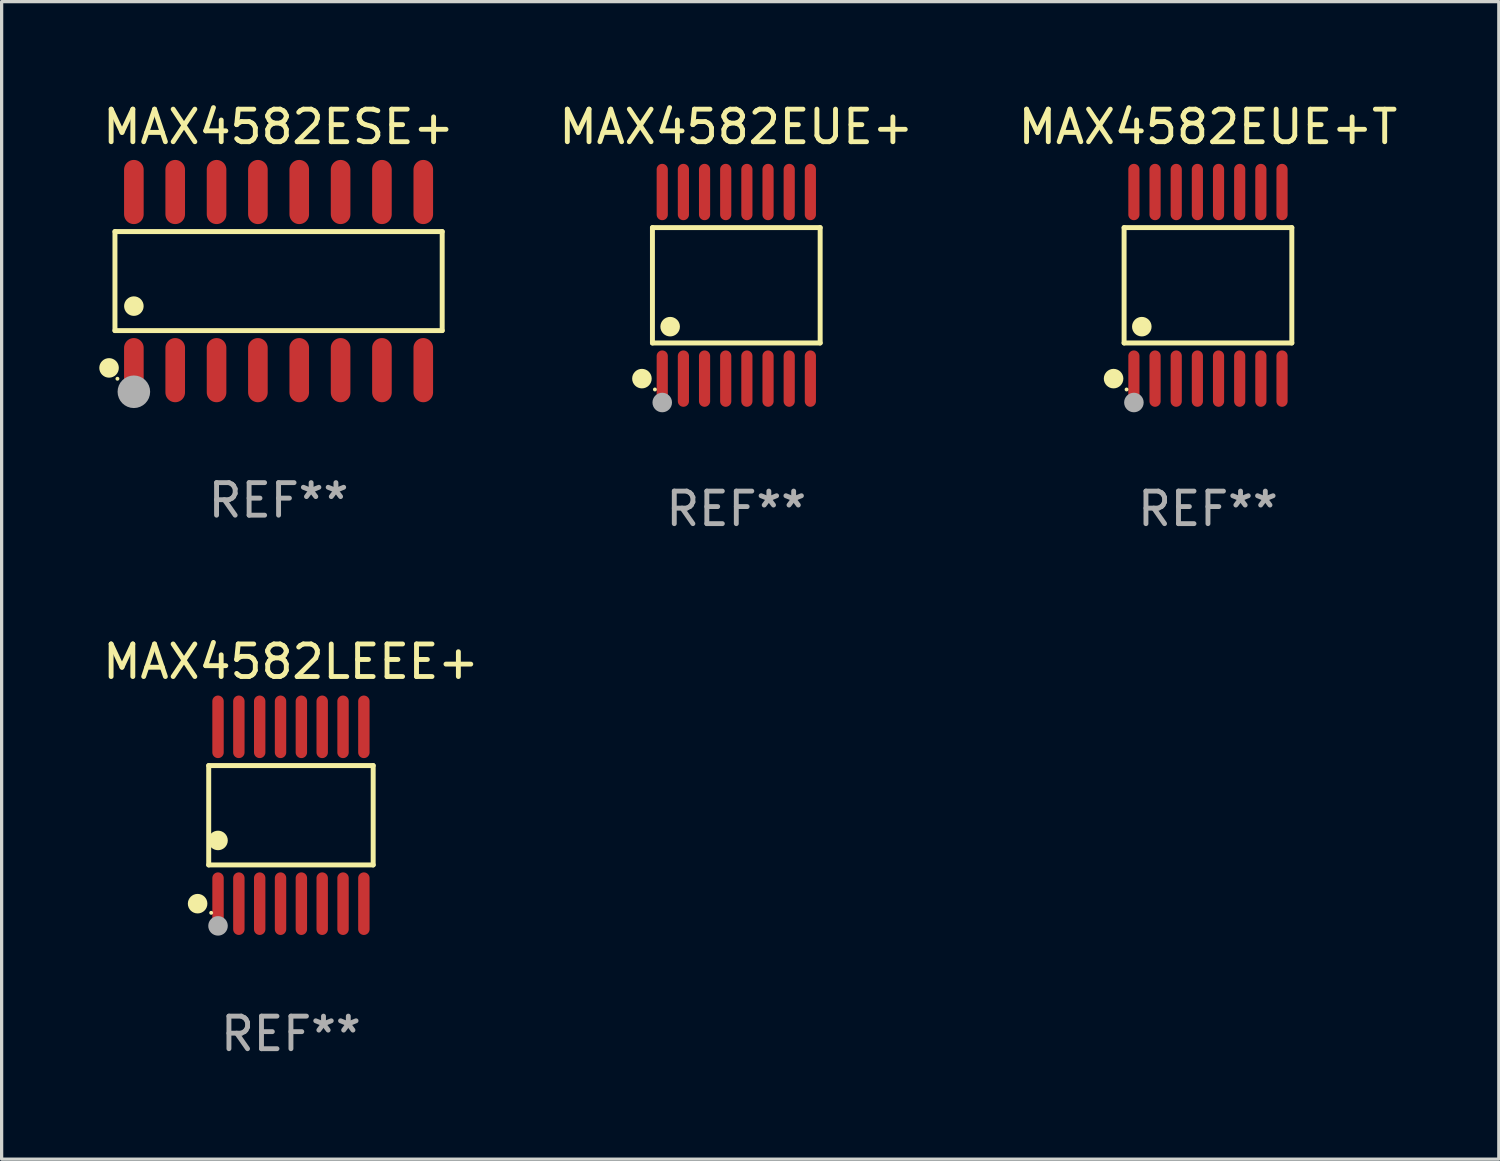
<source format=kicad_pcb>
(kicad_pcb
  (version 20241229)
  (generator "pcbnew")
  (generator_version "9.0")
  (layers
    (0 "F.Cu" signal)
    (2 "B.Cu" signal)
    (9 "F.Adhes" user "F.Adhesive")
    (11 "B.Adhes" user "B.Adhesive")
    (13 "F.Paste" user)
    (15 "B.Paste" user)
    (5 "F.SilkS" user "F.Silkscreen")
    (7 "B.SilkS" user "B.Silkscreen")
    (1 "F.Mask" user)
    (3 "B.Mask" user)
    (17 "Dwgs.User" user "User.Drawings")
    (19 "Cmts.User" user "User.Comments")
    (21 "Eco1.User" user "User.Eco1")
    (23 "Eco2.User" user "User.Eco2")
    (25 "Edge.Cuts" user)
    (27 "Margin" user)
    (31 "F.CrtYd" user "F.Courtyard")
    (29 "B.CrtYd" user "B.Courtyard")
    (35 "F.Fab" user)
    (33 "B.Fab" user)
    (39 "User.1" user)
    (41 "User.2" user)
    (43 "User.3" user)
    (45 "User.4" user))
  (footprint "MAX4582ESE+"
    (layer "F.Cu")
    (at 5.507 5.584)
    (property "Reference" "MAX4582ESE+" (at 0 -4.736 0) (layer "F.SilkS") (effects (font (size 1 1) (thickness 0.15))))
    (attr through_hole)
    (fp_line (start -5.026 -1.521) (end 5.026 -1.521) (stroke (width 0.152) (type solid)) (layer "F.SilkS"))
    (fp_line (start -5.026 1.521) (end -5.026 -1.521) (stroke (width 0.152) (type solid)) (layer "F.SilkS"))
    (fp_line (start 5.026 -1.521) (end 5.026 1.521) (stroke (width 0.152) (type solid)) (layer "F.SilkS"))
    (fp_line (start 5.026 1.521) (end -5.026 1.521) (stroke (width 0.152) (type solid)) (layer "F.SilkS"))
    (fp_circle (center -5.207 2.667) (end -5.057 2.667) (stroke (width 0.3) (type solid)) (fill no) (layer "F.SilkS"))
    (fp_circle (center -4.95 3) (end -4.92 3) (stroke (width 0.06) (type solid)) (fill no) (layer "F.SilkS"))
    (fp_circle (center -4.445 0.769) (end -4.295 0.769) (stroke (width 0.3) (type solid)) (fill no) (layer "F.SilkS"))
    (fp_circle (center -4.445 3.4) (end -4.195 3.4) (stroke (width 0.5) (type solid)) (fill no) (layer "F.Fab"))
    (fp_text user "REF**" (at 0 6.736 0) (layer "F.Fab") (effects (font (size 1 1) (thickness 0.15))))
    (pad "1" smd oval (at -4.445 2.736) (size 0.602 1.971) (layers "F.Cu" "F.Mask" "F.Paste"))
    (pad "2" smd oval (at -3.175 2.736) (size 0.602 1.971) (layers "F.Cu" "F.Mask" "F.Paste"))
    (pad "3" smd oval (at -1.905 2.736) (size 0.602 1.971) (layers "F.Cu" "F.Mask" "F.Paste"))
    (pad "4" smd oval (at -0.635 2.736) (size 0.602 1.971) (layers "F.Cu" "F.Mask" "F.Paste"))
    (pad "5" smd oval (at 0.635 2.736) (size 0.602 1.971) (layers "F.Cu" "F.Mask" "F.Paste"))
    (pad "6" smd oval (at 1.905 2.736) (size 0.602 1.971) (layers "F.Cu" "F.Mask" "F.Paste"))
    (pad "7" smd oval (at 3.175 2.736) (size 0.602 1.971) (layers "F.Cu" "F.Mask" "F.Paste"))
    (pad "8" smd oval (at 4.445 2.736) (size 0.602 1.971) (layers "F.Cu" "F.Mask" "F.Paste"))
    (pad "9" smd oval (at 4.445 -2.736) (size 0.602 1.971) (layers "F.Cu" "F.Mask" "F.Paste"))
    (pad "10" smd oval (at 3.175 -2.736) (size 0.602 1.971) (layers "F.Cu" "F.Mask" "F.Paste"))
    (pad "11" smd oval (at 1.905 -2.736) (size 0.602 1.971) (layers "F.Cu" "F.Mask" "F.Paste"))
    (pad "12" smd oval (at 0.635 -2.736) (size 0.602 1.971) (layers "F.Cu" "F.Mask" "F.Paste"))
    (pad "13" smd oval (at -0.635 -2.736) (size 0.602 1.971) (layers "F.Cu" "F.Mask" "F.Paste"))
    (pad "14" smd oval (at -1.905 -2.736) (size 0.602 1.971) (layers "F.Cu" "F.Mask" "F.Paste"))
    (pad "15" smd oval (at -3.175 -2.736) (size 0.602 1.971) (layers "F.Cu" "F.Mask" "F.Paste"))
    (pad "16" smd oval (at -4.445 -2.736) (size 0.602 1.971) (layers "F.Cu" "F.Mask" "F.Paste")))
  (footprint "MAX4582LEEE+"
    (layer "F.Cu")
    (at 5.887 21.992)
    (property "Reference" "MAX4582LEEE+" (at 0 -4.716 0) (layer "F.SilkS") (effects (font (size 1 1) (thickness 0.15))))
    (attr through_hole)
    (fp_line (start -2.526 -1.526) (end 2.526 -1.526) (stroke (width 0.152) (type solid)) (layer "F.SilkS"))
    (fp_line (start -2.526 1.526) (end -2.526 -1.526) (stroke (width 0.152) (type solid)) (layer "F.SilkS"))
    (fp_line (start 2.526 -1.526) (end 2.526 1.526) (stroke (width 0.152) (type solid)) (layer "F.SilkS"))
    (fp_line (start 2.526 1.526) (end -2.526 1.526) (stroke (width 0.152) (type solid)) (layer "F.SilkS"))
    (fp_circle (center -2.867 2.716) (end -2.717 2.716) (stroke (width 0.3) (type solid)) (fill no) (layer "F.SilkS"))
    (fp_circle (center -2.45 2.997) (end -2.42 2.997) (stroke (width 0.06) (type solid)) (fill no) (layer "F.SilkS"))
    (fp_circle (center -2.24 0.774) (end -2.09 0.774) (stroke (width 0.3) (type solid)) (fill no) (layer "F.SilkS"))
    (fp_circle (center -2.24 3.398) (end -2.09 3.398) (stroke (width 0.3) (type solid)) (fill no) (layer "F.Fab"))
    (fp_text user "REF**" (at 0 6.716 0) (layer "F.Fab") (effects (font (size 1 1) (thickness 0.15))))
    (pad "1" smd oval (at -2.24 2.716) (size 0.35 1.922) (layers "F.Cu" "F.Mask" "F.Paste"))
    (pad "2" smd oval (at -1.6 2.716) (size 0.35 1.922) (layers "F.Cu" "F.Mask" "F.Paste"))
    (pad "3" smd oval (at -0.96 2.716) (size 0.35 1.922) (layers "F.Cu" "F.Mask" "F.Paste"))
    (pad "4" smd oval (at -0.32 2.716) (size 0.35 1.922) (layers "F.Cu" "F.Mask" "F.Paste"))
    (pad "5" smd oval (at 0.32 2.716) (size 0.35 1.922) (layers "F.Cu" "F.Mask" "F.Paste"))
    (pad "6" smd oval (at 0.96 2.716) (size 0.35 1.922) (layers "F.Cu" "F.Mask" "F.Paste"))
    (pad "7" smd oval (at 1.6 2.716) (size 0.35 1.922) (layers "F.Cu" "F.Mask" "F.Paste"))
    (pad "8" smd oval (at 2.24 2.716) (size 0.35 1.922) (layers "F.Cu" "F.Mask" "F.Paste"))
    (pad "9" smd oval (at 2.24 -2.716) (size 0.35 1.922) (layers "F.Cu" "F.Mask" "F.Paste"))
    (pad "10" smd oval (at 1.6 -2.716) (size 0.35 1.922) (layers "F.Cu" "F.Mask" "F.Paste"))
    (pad "11" smd oval (at 0.96 -2.716) (size 0.35 1.922) (layers "F.Cu" "F.Mask" "F.Paste"))
    (pad "12" smd oval (at 0.32 -2.716) (size 0.35 1.922) (layers "F.Cu" "F.Mask" "F.Paste"))
    (pad "13" smd oval (at -0.32 -2.716) (size 0.35 1.922) (layers "F.Cu" "F.Mask" "F.Paste"))
    (pad "14" smd oval (at -0.96 -2.716) (size 0.35 1.922) (layers "F.Cu" "F.Mask" "F.Paste"))
    (pad "15" smd oval (at -1.6 -2.716) (size 0.35 1.922) (layers "F.Cu" "F.Mask" "F.Paste"))
    (pad "16" smd oval (at -2.24 -2.716) (size 0.35 1.922) (layers "F.Cu" "F.Mask" "F.Paste")))
  (footprint "MAX4582EUE+T"
    (layer "F.Cu")
    (at 34.055 5.714)
    (property "Reference" "MAX4582EUE+T" (at 0 -4.866 0) (layer "F.SilkS") (effects (font (size 1 1) (thickness 0.15))))
    (attr through_hole)
    (fp_line (start -2.576 -1.772) (end 2.576 -1.772) (stroke (width 0.152) (type solid)) (layer "F.SilkS"))
    (fp_line (start -2.576 1.771) (end -2.576 -1.772) (stroke (width 0.152) (type solid)) (layer "F.SilkS"))
    (fp_line (start 2.576 -1.772) (end 2.576 1.771) (stroke (width 0.152) (type solid)) (layer "F.SilkS"))
    (fp_line (start 2.576 1.771) (end -2.576 1.771) (stroke (width 0.152) (type solid)) (layer "F.SilkS"))
    (fp_circle (center -2.899 2.866) (end -2.749 2.866) (stroke (width 0.3) (type solid)) (fill no) (layer "F.SilkS"))
    (fp_circle (center -2.5 3.2) (end -2.47 3.2) (stroke (width 0.06) (type solid)) (fill no) (layer "F.SilkS"))
    (fp_circle (center -2.032 1.27) (end -1.882 1.27) (stroke (width 0.3) (type solid)) (fill no) (layer "F.SilkS"))
    (fp_circle (center -2.275 3.6) (end -2.125 3.6) (stroke (width 0.3) (type solid)) (fill no) (layer "F.Fab"))
    (fp_text user "REF**" (at 0 6.866 0) (layer "F.Fab") (effects (font (size 1 1) (thickness 0.15))))
    (pad "1" smd oval (at -2.275 2.866) (size 0.343 1.731) (layers "F.Cu" "F.Mask" "F.Paste"))
    (pad "2" smd oval (at -1.625 2.866) (size 0.343 1.731) (layers "F.Cu" "F.Mask" "F.Paste"))
    (pad "3" smd oval (at -0.975 2.866) (size 0.343 1.731) (layers "F.Cu" "F.Mask" "F.Paste"))
    (pad "4" smd oval (at -0.325 2.866) (size 0.343 1.731) (layers "F.Cu" "F.Mask" "F.Paste"))
    (pad "5" smd oval (at 0.325 2.866) (size 0.343 1.731) (layers "F.Cu" "F.Mask" "F.Paste"))
    (pad "6" smd oval (at 0.975 2.866) (size 0.343 1.731) (layers "F.Cu" "F.Mask" "F.Paste"))
    (pad "7" smd oval (at 1.625 2.866) (size 0.343 1.731) (layers "F.Cu" "F.Mask" "F.Paste"))
    (pad "8" smd oval (at 2.275 2.866) (size 0.343 1.731) (layers "F.Cu" "F.Mask" "F.Paste"))
    (pad "9" smd oval (at 2.275 -2.866) (size 0.343 1.731) (layers "F.Cu" "F.Mask" "F.Paste"))
    (pad "10" smd oval (at 1.625 -2.866) (size 0.343 1.731) (layers "F.Cu" "F.Mask" "F.Paste"))
    (pad "11" smd oval (at 0.975 -2.866) (size 0.343 1.731) (layers "F.Cu" "F.Mask" "F.Paste"))
    (pad "12" smd oval (at 0.325 -2.866) (size 0.343 1.731) (layers "F.Cu" "F.Mask" "F.Paste"))
    (pad "13" smd oval (at -0.325 -2.866) (size 0.343 1.731) (layers "F.Cu" "F.Mask" "F.Paste"))
    (pad "14" smd oval (at -0.975 -2.866) (size 0.343 1.731) (layers "F.Cu" "F.Mask" "F.Paste"))
    (pad "15" smd oval (at -1.625 -2.866) (size 0.343 1.731) (layers "F.Cu" "F.Mask" "F.Paste"))
    (pad "16" smd oval (at -2.275 -2.866) (size 0.343 1.731) (layers "F.Cu" "F.Mask" "F.Paste")))
  (footprint "MAX4582EUE+"
    (layer "F.Cu")
    (at 19.567 5.714)
    (property "Reference" "MAX4582EUE+" (at 0 -4.866 0) (layer "F.SilkS") (effects (font (size 1 1) (thickness 0.15))))
    (attr through_hole)
    (fp_line (start -2.576 -1.772) (end 2.576 -1.772) (stroke (width 0.152) (type solid)) (layer "F.SilkS"))
    (fp_line (start -2.576 1.771) (end -2.576 -1.772) (stroke (width 0.152) (type solid)) (layer "F.SilkS"))
    (fp_line (start 2.576 -1.772) (end 2.576 1.771) (stroke (width 0.152) (type solid)) (layer "F.SilkS"))
    (fp_line (start 2.576 1.771) (end -2.576 1.771) (stroke (width 0.152) (type solid)) (layer "F.SilkS"))
    (fp_circle (center -2.899 2.866) (end -2.749 2.866) (stroke (width 0.3) (type solid)) (fill no) (layer "F.SilkS"))
    (fp_circle (center -2.5 3.2) (end -2.47 3.2) (stroke (width 0.06) (type solid)) (fill no) (layer "F.SilkS"))
    (fp_circle (center -2.032 1.27) (end -1.882 1.27) (stroke (width 0.3) (type solid)) (fill no) (layer "F.SilkS"))
    (fp_circle (center -2.275 3.6) (end -2.125 3.6) (stroke (width 0.3) (type solid)) (fill no) (layer "F.Fab"))
    (fp_text user "REF**" (at 0 6.866 0) (layer "F.Fab") (effects (font (size 1 1) (thickness 0.15))))
    (pad "1" smd oval (at -2.275 2.866) (size 0.343 1.731) (layers "F.Cu" "F.Mask" "F.Paste"))
    (pad "2" smd oval (at -1.625 2.866) (size 0.343 1.731) (layers "F.Cu" "F.Mask" "F.Paste"))
    (pad "3" smd oval (at -0.975 2.866) (size 0.343 1.731) (layers "F.Cu" "F.Mask" "F.Paste"))
    (pad "4" smd oval (at -0.325 2.866) (size 0.343 1.731) (layers "F.Cu" "F.Mask" "F.Paste"))
    (pad "5" smd oval (at 0.325 2.866) (size 0.343 1.731) (layers "F.Cu" "F.Mask" "F.Paste"))
    (pad "6" smd oval (at 0.975 2.866) (size 0.343 1.731) (layers "F.Cu" "F.Mask" "F.Paste"))
    (pad "7" smd oval (at 1.625 2.866) (size 0.343 1.731) (layers "F.Cu" "F.Mask" "F.Paste"))
    (pad "8" smd oval (at 2.275 2.866) (size 0.343 1.731) (layers "F.Cu" "F.Mask" "F.Paste"))
    (pad "9" smd oval (at 2.275 -2.866) (size 0.343 1.731) (layers "F.Cu" "F.Mask" "F.Paste"))
    (pad "10" smd oval (at 1.625 -2.866) (size 0.343 1.731) (layers "F.Cu" "F.Mask" "F.Paste"))
    (pad "11" smd oval (at 0.975 -2.866) (size 0.343 1.731) (layers "F.Cu" "F.Mask" "F.Paste"))
    (pad "12" smd oval (at 0.325 -2.866) (size 0.343 1.731) (layers "F.Cu" "F.Mask" "F.Paste"))
    (pad "13" smd oval (at -0.325 -2.866) (size 0.343 1.731) (layers "F.Cu" "F.Mask" "F.Paste"))
    (pad "14" smd oval (at -0.975 -2.866) (size 0.343 1.731) (layers "F.Cu" "F.Mask" "F.Paste"))
    (pad "15" smd oval (at -1.625 -2.866) (size 0.343 1.731) (layers "F.Cu" "F.Mask" "F.Paste"))
    (pad "16" smd oval (at -2.275 -2.866) (size 0.343 1.731) (layers "F.Cu" "F.Mask" "F.Paste")))
  (gr_rect
    (start -3 -3)
    (end 42.989 32.556)
    (stroke (width 0.1) (type default))
    (fill no)
    (layer "Edge.Cuts")))
</source>
